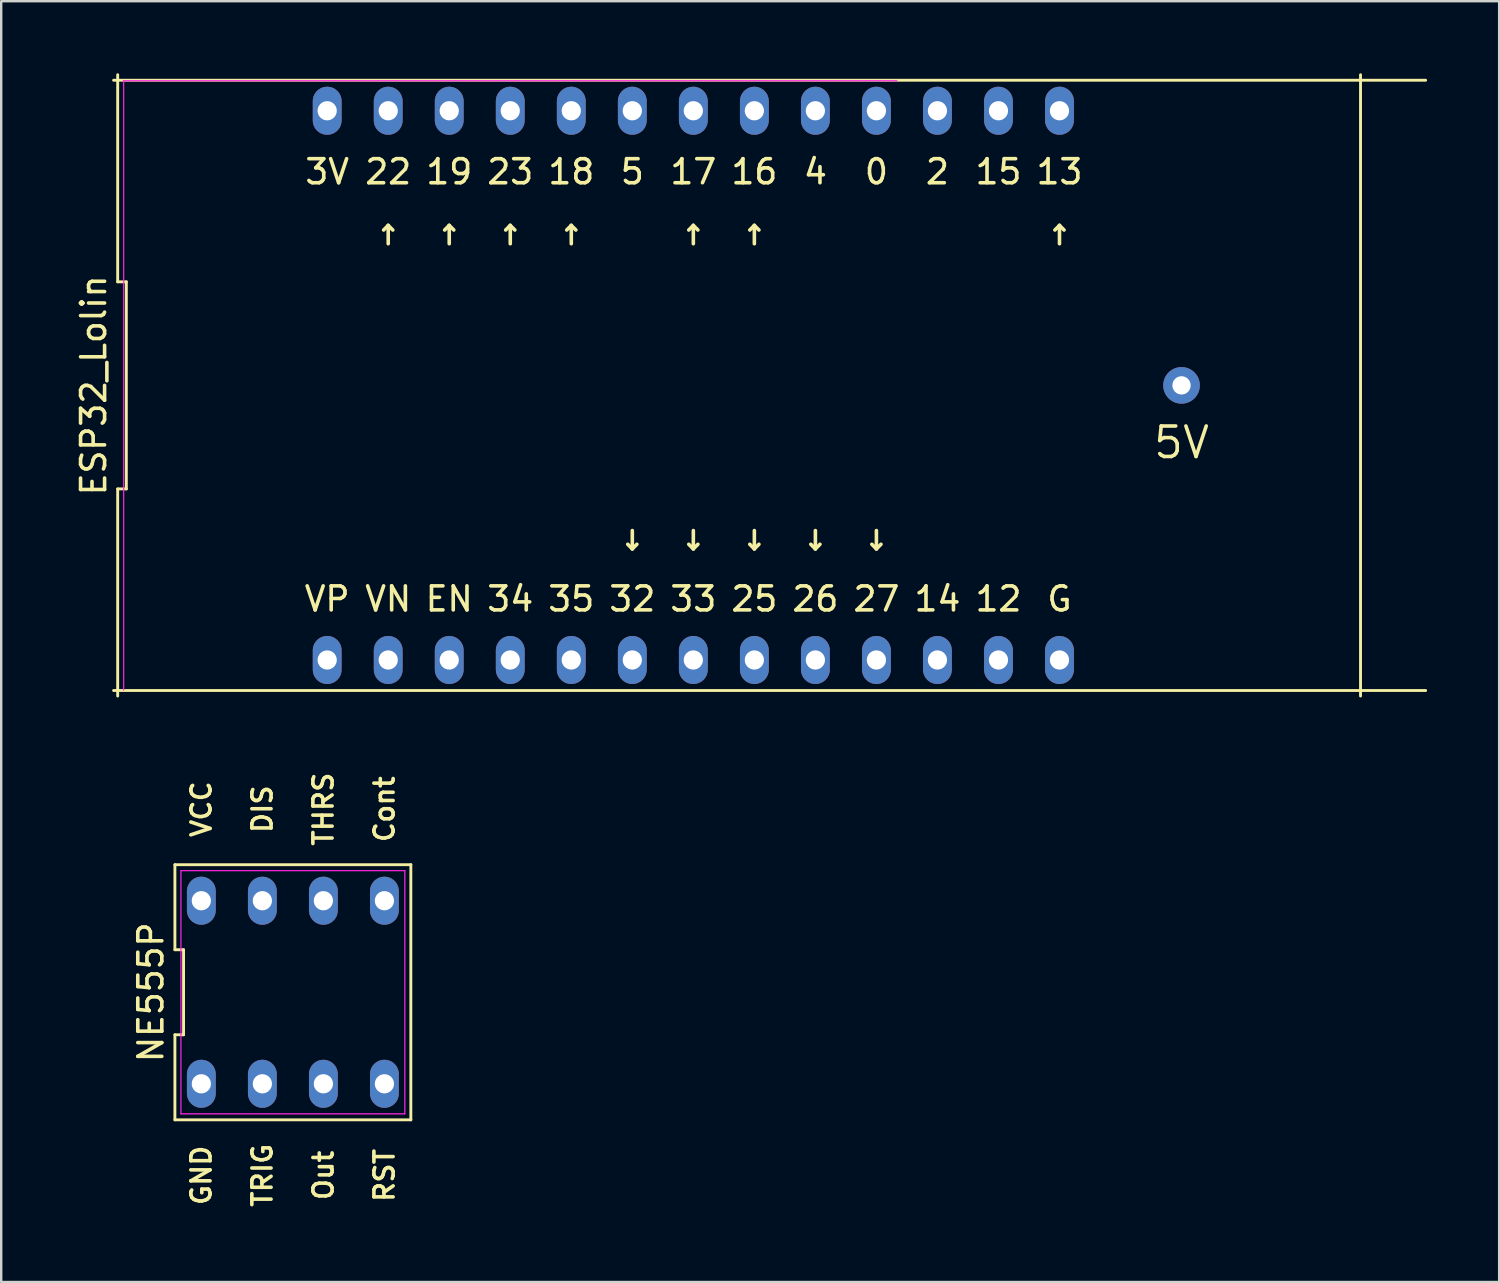
<source format=kicad_pcb>
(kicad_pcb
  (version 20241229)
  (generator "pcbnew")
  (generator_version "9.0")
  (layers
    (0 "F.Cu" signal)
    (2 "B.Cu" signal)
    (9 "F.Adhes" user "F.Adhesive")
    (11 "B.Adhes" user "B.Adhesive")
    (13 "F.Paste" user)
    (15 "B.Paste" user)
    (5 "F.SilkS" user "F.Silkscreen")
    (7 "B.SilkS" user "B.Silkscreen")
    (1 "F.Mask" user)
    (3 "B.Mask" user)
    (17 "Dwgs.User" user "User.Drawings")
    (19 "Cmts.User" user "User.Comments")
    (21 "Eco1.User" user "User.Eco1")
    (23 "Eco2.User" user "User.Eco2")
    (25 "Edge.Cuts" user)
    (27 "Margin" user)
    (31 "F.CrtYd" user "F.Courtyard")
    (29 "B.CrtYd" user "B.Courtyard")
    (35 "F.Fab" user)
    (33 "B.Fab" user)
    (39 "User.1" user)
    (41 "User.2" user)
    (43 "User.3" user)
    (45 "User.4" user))
  (footprint "NE555P"
    (layer "F.Cu")
    (at 0.25 30.63)
    (property "Reference" "NE555P" (at 2.98 7.62 90) (layer "F.SilkS") (effects (font (size 1 1) (thickness 0.15))))
    (attr through_hole)
    (fp_line (start 3.98 2.31) (end 3.98 5.85) (stroke (width 0.12) (type solid)) (layer "F.SilkS"))
    (fp_line (start 3.98 5.85) (end 4.34 5.85) (stroke (width 0.12) (type solid)) (layer "F.SilkS"))
    (fp_line (start 3.98 9.39) (end 3.98 12.93) (stroke (width 0.12) (type solid)) (layer "F.SilkS"))
    (fp_line (start 3.98 12.93) (end 13.8 12.93) (stroke (width 0.12) (type solid)) (layer "F.SilkS"))
    (fp_line (start 4.34 5.85) (end 4.34 9.39) (stroke (width 0.12) (type solid)) (layer "F.SilkS"))
    (fp_line (start 4.34 9.39) (end 3.98 9.39) (stroke (width 0.12) (type solid)) (layer "F.SilkS"))
    (fp_line (start 13.8 2.31) (end 3.98 2.31) (stroke (width 0.12) (type solid)) (layer "F.SilkS"))
    (fp_line (start 13.8 12.93) (end 13.8 2.31) (stroke (width 0.12) (type solid)) (layer "F.SilkS"))
    (fp_line (start 4.23 2.56) (end 13.55 2.56) (stroke (width 0.05) (type solid)) (layer "F.CrtYd"))
    (fp_line (start 4.23 12.68) (end 4.23 2.56) (stroke (width 0.05) (type solid)) (layer "F.CrtYd"))
    (fp_line (start 13.55 2.56) (end 13.55 12.68) (stroke (width 0.05) (type solid)) (layer "F.CrtYd"))
    (fp_line (start 13.55 12.68) (end 4.23 12.68) (stroke (width 0.05) (type solid)) (layer "F.CrtYd"))
    (fp_text user "Cont" (at 12.7 0 90) (layer "F.SilkS") (effects (font (size 0.8 0.8) (thickness 0.15))))
    (fp_text user "DIS" (at 7.62 0 90) (layer "F.SilkS") (effects (font (size 0.8 0.8) (thickness 0.15))))
    (fp_text user "RST" (at 12.7 15.24 90) (layer "F.SilkS") (effects (font (size 0.8 0.8) (thickness 0.15))))
    (fp_text user "Out" (at 10.16 15.24 90) (layer "F.SilkS") (effects (font (size 0.8 0.8) (thickness 0.15))))
    (fp_text user "THRS" (at 10.16 0 90) (layer "F.SilkS") (effects (font (size 0.8 0.8) (thickness 0.15))))
    (fp_text user "TRIG" (at 7.62 15.24 90) (layer "F.SilkS") (effects (font (size 0.8 0.8) (thickness 0.15))))
    (fp_text user "VCC" (at 5.08 0 90) (layer "F.SilkS") (effects (font (size 0.8 0.8) (thickness 0.15))))
    (fp_text user "GND" (at 5.08 15.24 90) (layer "F.SilkS") (effects (font (size 0.8 0.8) (thickness 0.15))))
    (pad "Cont" thru_hole oval (at 12.7 3.81) (size 1.2 2) (drill 0.8) (layers "*.Cu" "*.Mask"))
    (pad "DIS" thru_hole oval (at 7.62 3.81) (size 1.2 2) (drill 0.8) (layers "*.Cu" "*.Mask"))
    (pad "GND" thru_hole oval (at 5.08 11.43) (size 1.2 2) (drill 0.8) (layers "*.Cu" "*.Mask"))
    (pad "Out" thru_hole oval (at 10.16 11.43) (size 1.2 2) (drill 0.8) (layers "*.Cu" "*.Mask"))
    (pad "RST" thru_hole oval (at 12.7 11.43) (size 1.2 2) (drill 0.8) (layers "*.Cu" "*.Mask"))
    (pad "THRS" thru_hole oval (at 10.16 3.81) (size 1.2 2) (drill 0.8) (layers "*.Cu" "*.Mask"))
    (pad "TRIG" thru_hole oval (at 7.62 11.43) (size 1.2 2) (drill 0.8) (layers "*.Cu" "*.Mask"))
    (pad "VCC" thru_hole oval (at 5.08 3.81) (size 1.2 2) (drill 0.8) (layers "*.Cu" "*.Mask")))
  (footprint "ESP32_Lolin"
    (layer "F.Cu")
    (at 18.188 12.99)
    (property "Reference" "ESP32_Lolin" (at -17.34 0 90) (layer "F.SilkS") (effects (font (size 1 1) (thickness 0.15))))
    (attr through_hole)
    (fp_line (start -16.51 -12.7) (end 38.1 -12.7) (stroke (width 0.12) (type solid)) (layer "F.SilkS"))
    (fp_line (start -16.51 12.7) (end 38.1 12.7) (stroke (width 0.12) (type solid)) (layer "F.SilkS"))
    (fp_line (start -16.34 -12.93) (end -16.34 -4.31) (stroke (width 0.12) (type solid)) (layer "F.SilkS"))
    (fp_line (start -16.34 -4.31) (end -15.98 -4.31) (stroke (width 0.12) (type solid)) (layer "F.SilkS"))
    (fp_line (start -16.34 4.31) (end -16.34 12.93) (stroke (width 0.12) (type solid)) (layer "F.SilkS"))
    (fp_line (start -15.98 -4.31) (end -15.98 4.31) (stroke (width 0.12) (type solid)) (layer "F.SilkS"))
    (fp_line (start -15.98 4.31) (end -16.34 4.31) (stroke (width 0.12) (type solid)) (layer "F.SilkS"))
    (fp_line (start 35.39 12.93) (end 35.39 -12.93) (stroke (width 0.12) (type solid)) (layer "F.SilkS"))
    (fp_line (start -16.09 -12.68) (end 16.09 -12.68) (stroke (width 0.05) (type solid)) (layer "F.CrtYd"))
    (fp_line (start -16.09 12.68) (end -16.09 -12.68) (stroke (width 0.05) (type solid)) (layer "F.CrtYd"))
    (fp_text user "22" (at -5.08 -8.89 0) (layer "F.SilkS") (effects (font (size 1 1) (thickness 0.15))))
    (fp_text user "↓" (at 5.08 6.35 0) (layer "F.SilkS") (effects (font (size 1 1) (thickness 0.15))))
    (fp_text user "EN" (at -2.54 8.89 0) (layer "F.SilkS") (effects (font (size 1 1) (thickness 0.15))))
    (fp_text user "↓" (at 12.7 6.35 0) (layer "F.SilkS") (effects (font (size 1 1) (thickness 0.15))))
    (fp_text user "18" (at 2.54 -8.89 0) (layer "F.SilkS") (effects (font (size 1 1) (thickness 0.15))))
    (fp_text user "34" (at 0 8.89 0) (layer "F.SilkS") (effects (font (size 1 1) (thickness 0.15))))
    (fp_text user "↑" (at 0 -6.35 0) (layer "F.SilkS") (effects (font (size 1 1) (thickness 0.15))))
    (fp_text user "↓" (at 10.16 6.35 0) (layer "F.SilkS") (effects (font (size 1 1) (thickness 0.15))))
    (fp_text user "↑" (at -2.54 -6.35 0) (layer "F.SilkS") (effects (font (size 1 1) (thickness 0.15))))
    (fp_text user "↓" (at 15.24 6.35 0) (layer "F.SilkS") (effects (font (size 1 1) (thickness 0.15))))
    (fp_text user "↑" (at 7.62 -6.35 0) (layer "F.SilkS") (effects (font (size 1 1) (thickness 0.15))))
    (fp_text user "16" (at 10.16 -8.89 0) (layer "F.SilkS") (effects (font (size 1 1) (thickness 0.15))))
    (fp_text user "17" (at 7.62 -8.89 0) (layer "F.SilkS") (effects (font (size 1 1) (thickness 0.15))))
    (fp_text user "14" (at 17.78 8.89 0) (layer "F.SilkS") (effects (font (size 1 1) (thickness 0.15))))
    (fp_text user "↑" (at -5.08 -6.35 0) (layer "F.SilkS") (effects (font (size 1 1) (thickness 0.15))))
    (fp_text user "25" (at 10.16 8.89 0) (layer "F.SilkS") (effects (font (size 1 1) (thickness 0.15))))
    (fp_text user "3V" (at -7.62 -8.89 0) (layer "F.SilkS") (effects (font (size 1 1) (thickness 0.15))))
    (fp_text user "26" (at 12.7 8.89 0) (layer "F.SilkS") (effects (font (size 1 1) (thickness 0.15))))
    (fp_text user "2" (at 17.78 -8.89 0) (layer "F.SilkS") (effects (font (size 1 1) (thickness 0.15))))
    (fp_text user "15" (at 20.32 -8.89 0) (layer "F.SilkS") (effects (font (size 1 1) (thickness 0.15))))
    (fp_text user "12" (at 20.32 8.89 0) (layer "F.SilkS") (effects (font (size 1 1) (thickness 0.15))))
    (fp_text user "13" (at 22.86 -8.89 0) (layer "F.SilkS") (effects (font (size 1 1) (thickness 0.15))))
    (fp_text user "32" (at 5.08 8.89 0) (layer "F.SilkS") (effects (font (size 1 1) (thickness 0.15))))
    (fp_text user "VN" (at -5.08 8.89 0) (layer "F.SilkS") (effects (font (size 1 1) (thickness 0.15))))
    (fp_text user "0" (at 15.24 -8.89 0) (layer "F.SilkS") (effects (font (size 1 1) (thickness 0.15))))
    (fp_text user "↑" (at 2.54 -6.35 0) (layer "F.SilkS") (effects (font (size 1 1) (thickness 0.15))))
    (fp_text user "VP" (at -7.62 8.89 0) (layer "F.SilkS") (effects (font (size 1 1) (thickness 0.15))))
    (fp_text user "↓" (at 7.62 6.35 0) (layer "F.SilkS") (effects (font (size 1 1) (thickness 0.15))))
    (fp_text user "G" (at 22.86 8.89 0) (layer "F.SilkS") (effects (font (size 1 1) (thickness 0.15))))
    (fp_text user "35" (at 2.54 8.89 0) (layer "F.SilkS") (effects (font (size 1 1) (thickness 0.15))))
    (fp_text user "5V" (at 27.94 2.38 0) (layer "F.SilkS") (effects (font (size 1.27 1.27) (thickness 0.15))))
    (fp_text user "5" (at 5.08 -8.89 0) (layer "F.SilkS") (effects (font (size 1 1) (thickness 0.15))))
    (fp_text user "23" (at 0 -8.89 0) (layer "F.SilkS") (effects (font (size 1 1) (thickness 0.15))))
    (fp_text user "4" (at 12.7 -8.89 0) (layer "F.SilkS") (effects (font (size 1 1) (thickness 0.15))))
    (fp_text user "27" (at 15.24 8.89 0) (layer "F.SilkS") (effects (font (size 1 1) (thickness 0.15))))
    (fp_text user "33" (at 7.62 8.89 0) (layer "F.SilkS") (effects (font (size 1 1) (thickness 0.15))))
    (fp_text user "↑" (at 22.86 -6.35 0) (layer "F.SilkS") (effects (font (size 1 1) (thickness 0.15))))
    (fp_text user "↑" (at 10.16 -6.35 0) (layer "F.SilkS") (effects (font (size 1 1) (thickness 0.15))))
    (fp_text user "19" (at -2.54 -8.89 0) (layer "F.SilkS") (effects (font (size 1 1) (thickness 0.15))))
    (pad "0" thru_hole oval (at 15.24 -11.43) (size 1.2 2) (drill 0.8) (layers "*.Cu" "*.Mask"))
    (pad "2" thru_hole oval (at 17.78 -11.43) (size 1.2 2) (drill 0.8) (layers "*.Cu" "*.Mask"))
    (pad "3V" thru_hole oval (at -7.62 -11.43) (size 1.2 2) (drill 0.8) (layers "*.Cu" "*.Mask"))
    (pad "4" thru_hole oval (at 12.7 -11.43) (size 1.2 2) (drill 0.8) (layers "*.Cu" "*.Mask"))
    (pad "5" thru_hole oval (at 5.08 -11.43) (size 1.2 2) (drill 0.8) (layers "*.Cu" "*.Mask"))
    (pad "5V" thru_hole circle (at 27.94 0) (size 1.524 1.524) (drill 0.762) (layers "*.Cu" "*.Mask"))
    (pad "12" thru_hole oval (at 20.32 11.43) (size 1.2 2) (drill 0.8) (layers "*.Cu" "*.Mask"))
    (pad "13" thru_hole oval (at 22.86 -11.43) (size 1.2 2) (drill 0.8) (layers "*.Cu" "*.Mask"))
    (pad "14" thru_hole oval (at 17.78 11.43) (size 1.2 2) (drill 0.8) (layers "*.Cu" "*.Mask"))
    (pad "15" thru_hole oval (at 20.32 -11.43) (size 1.2 2) (drill 0.8) (layers "*.Cu" "*.Mask"))
    (pad "16" thru_hole oval (at 10.16 -11.43) (size 1.2 2) (drill 0.8) (layers "*.Cu" "*.Mask"))
    (pad "17" thru_hole oval (at 7.62 -11.43) (size 1.2 2) (drill 0.8) (layers "*.Cu" "*.Mask"))
    (pad "18" thru_hole oval (at 2.54 -11.43) (size 1.2 2) (drill 0.8) (layers "*.Cu" "*.Mask"))
    (pad "19" thru_hole oval (at -2.54 -11.43) (size 1.2 2) (drill 0.8) (layers "*.Cu" "*.Mask"))
    (pad "22" thru_hole oval (at -5.08 -11.43) (size 1.2 2) (drill 0.8) (layers "*.Cu" "*.Mask"))
    (pad "23" thru_hole oval (at 0 -11.43) (size 1.2 2) (drill 0.8) (layers "*.Cu" "*.Mask"))
    (pad "25" thru_hole oval (at 10.16 11.43) (size 1.2 2) (drill 0.8) (layers "*.Cu" "*.Mask"))
    (pad "26" thru_hole oval (at 12.7 11.43) (size 1.2 2) (drill 0.8) (layers "*.Cu" "*.Mask"))
    (pad "27" thru_hole oval (at 15.24 11.43) (size 1.2 2) (drill 0.8) (layers "*.Cu" "*.Mask"))
    (pad "32" thru_hole oval (at 5.08 11.43) (size 1.2 2) (drill 0.8) (layers "*.Cu" "*.Mask"))
    (pad "33" thru_hole oval (at 7.62 11.43) (size 1.2 2) (drill 0.8) (layers "*.Cu" "*.Mask"))
    (pad "34" thru_hole oval (at 0 11.43) (size 1.2 2) (drill 0.8) (layers "*.Cu" "*.Mask"))
    (pad "35" thru_hole oval (at 2.54 11.43) (size 1.2 2) (drill 0.8) (layers "*.Cu" "*.Mask"))
    (pad "EN" thru_hole oval (at -2.54 11.43) (size 1.2 2) (drill 0.8) (layers "*.Cu" "*.Mask"))
    (pad "G" thru_hole oval (at 22.86 11.43) (size 1.2 2) (drill 0.8) (layers "*.Cu" "*.Mask"))
    (pad "VN" thru_hole oval (at -5.08 11.43) (size 1.2 2) (drill 0.8) (layers "*.Cu" "*.Mask"))
    (pad "VP" thru_hole oval (at -7.62 11.43) (size 1.2 2) (drill 0.8) (layers "*.Cu" "*.Mask")))
  (gr_rect
    (start -3 -3)
    (end 59.348 50.31)
    (stroke (width 0.1) (type default))
    (fill no)
    (layer "Edge.Cuts")))
</source>
